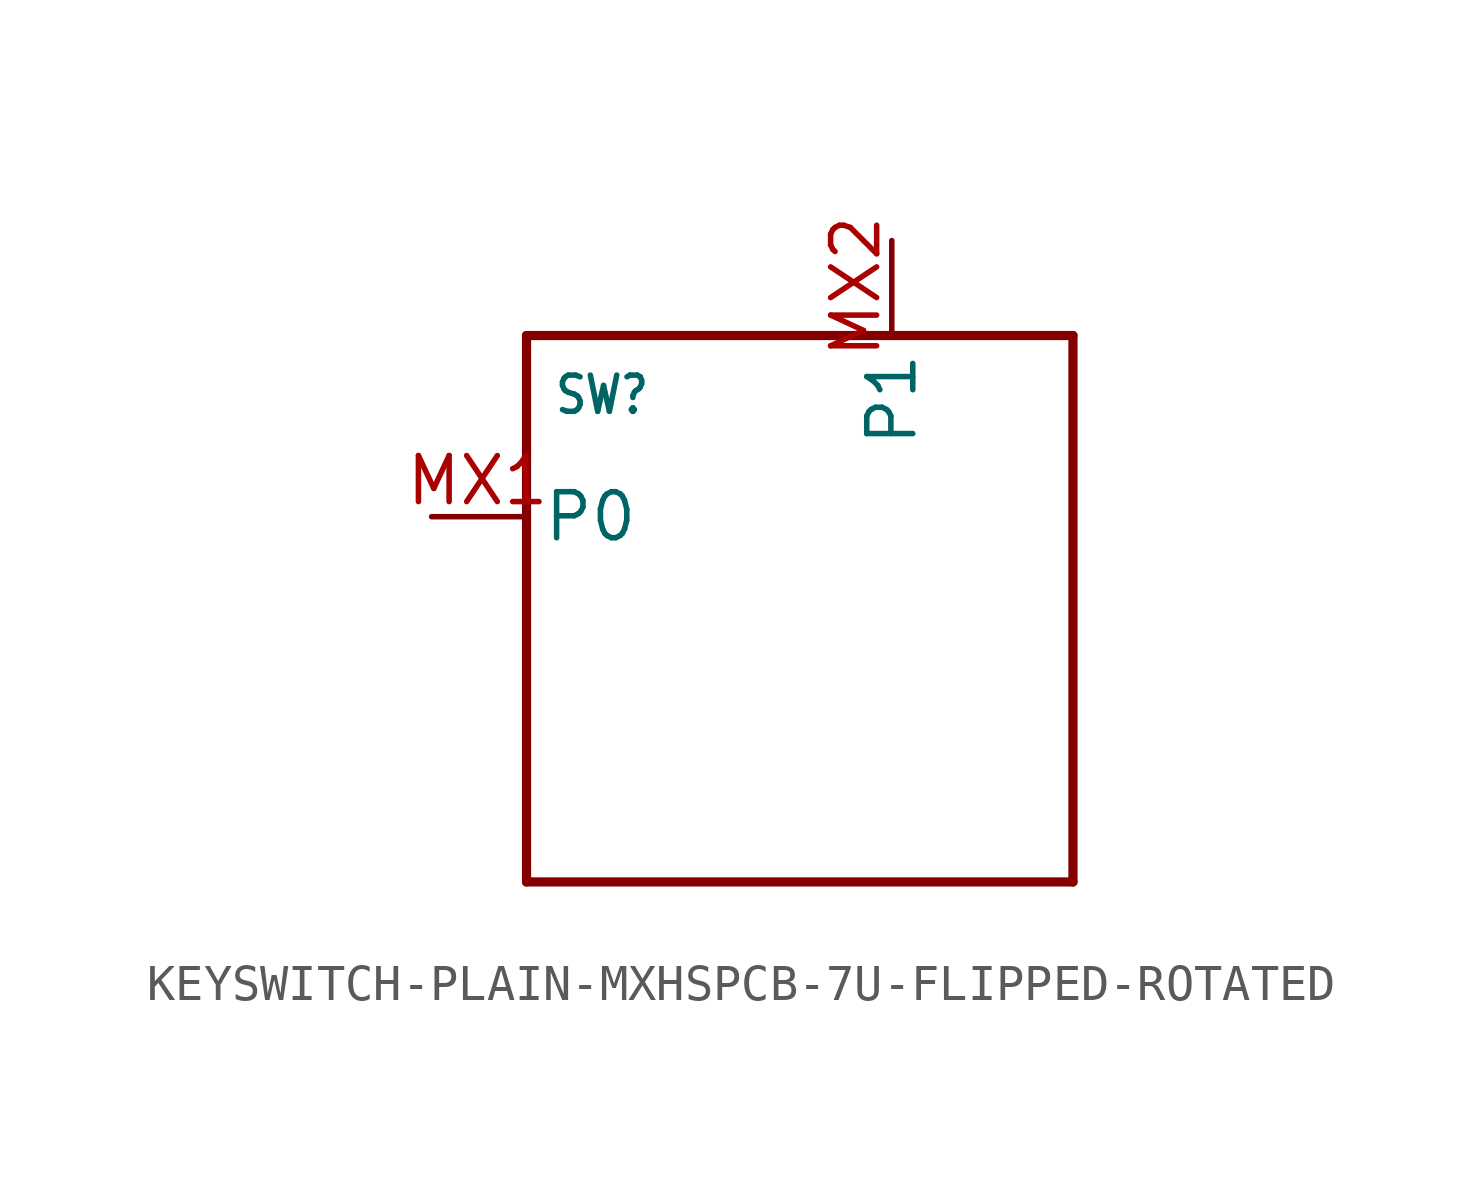
<source format=kicad_sym>
(kicad_symbol_lib
  (version 20211014)
  (generator kicad_symbol_editor)
  (symbol "KEYSWITCH-PLAIN-MXHSPCB-7U-FLIPPED-ROTATED"
    (property "Reference" "SW"
      (at -6.81 5.318 0)
      (effects (font (size 1 0.85)) (justify left bottom)))
    (property "ki_locked" ""
      (at 0 0 0)
      (effects (font (size 1.27 1.27))))
    (symbol "KEYSWITCH-PLAIN-MXHSPCB-7U-FLIPPED-ROTATED_1_0"
      (polyline (pts (xy -7.54 -7.54) (xy -7.54 7.54)) (stroke (width 0.254) (type default) (color 0 0 0 0)) (fill (type none)))
      (polyline (pts (xy -7.54 7.54) (xy 7.54 7.54)) (stroke (width 0.254) (type default) (color 0 0 0 0)) (fill (type none)))
      (polyline (pts (xy 7.54 -7.54) (xy -7.54 -7.54)) (stroke (width 0.254) (type default) (color 0 0 0 0)) (fill (type none)))
      (polyline (pts (xy 7.54 7.54) (xy 7.54 -7.54)) (stroke (width 0.254) (type default) (color 0 0 0 0)) (fill (type none)))
      (pin bidirectional line (at -10.16 2.54 0) (length 2.54) (name "P0" (effects (font (size 1.27 1.27)))) (number "MX1" (effects (font (size 1.27 1.27)))))
      (pin bidirectional line (at 2.54 10.16 270) (length 2.54) (name "P1" (effects (font (size 1.27 1.27)))) (number "MX2" (effects (font (size 1.27 1.27))))))))
</source>
